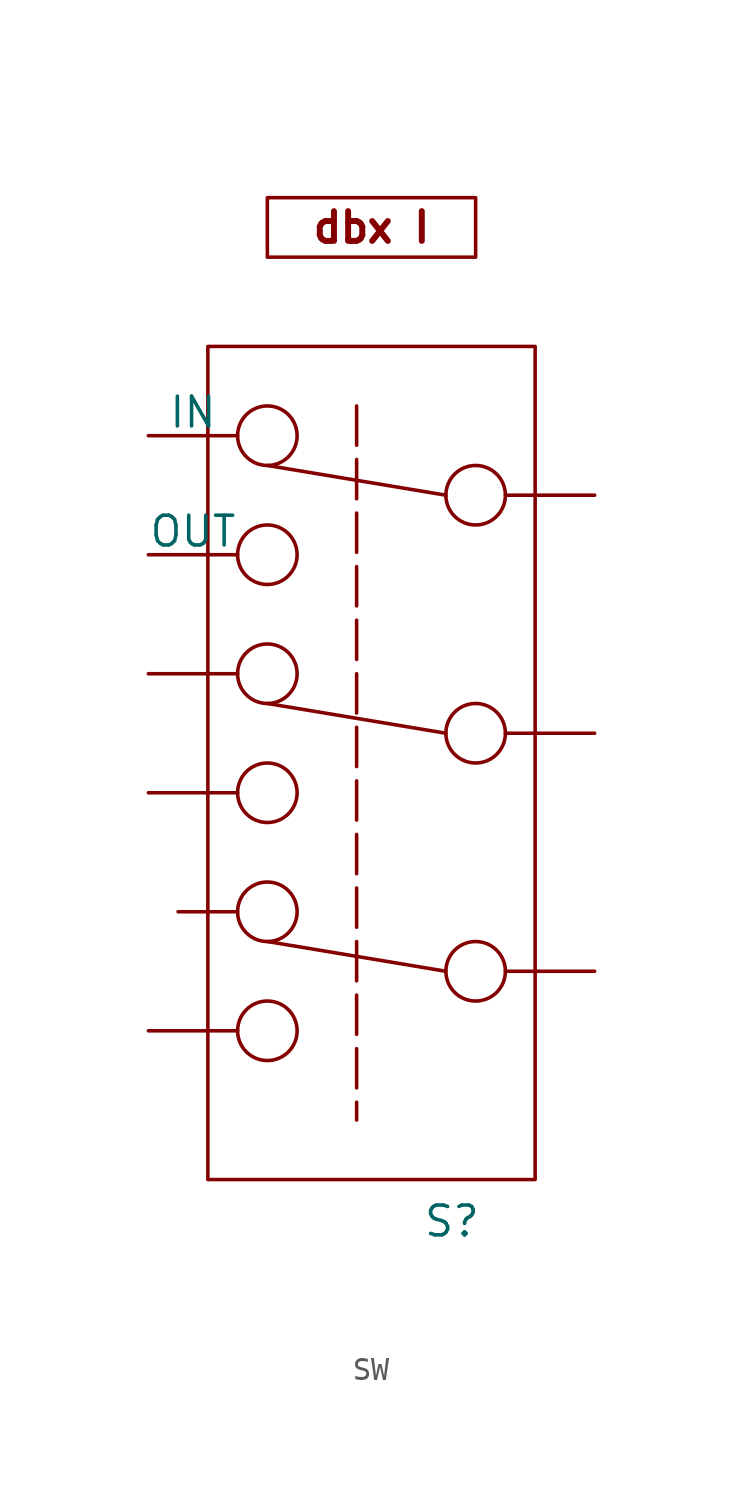
<source format=kicad_sym>
(kicad_symbol_lib
  (version 20241209)
  (generator "kicad_symbol_editor")
  (generator_version "9.0")
  (symbol "SW"
    (pin_numbers
      (hide yes))
    (pin_names
      (offset 0))
    (property "Reference" "S"
      (at 4.064 -11.938 0)
      (effects (font (size 1.27 1.27))))
    (property "Value" ""
      (at 0 0 0)
      (effects (font (size 1.27 1.27))))
    (symbol "SW_0_1"
      (circle (center -3.81 21.59) (radius 1.27) (stroke (width 0) (type default)) (fill (type none)))
      (circle (center -3.81 16.51) (radius 1.27) (stroke (width 0) (type default)) (fill (type none)))
      (circle (center -3.81 11.43) (radius 1.27) (stroke (width 0) (type default)) (fill (type none)))
      (circle (center -3.81 6.35) (radius 1.27) (stroke (width 0) (type default)) (fill (type none)))
      (circle (center -3.81 1.27) (radius 1.27) (stroke (width 0) (type default)) (fill (type none)))
      (circle (center -3.81 -3.81) (radius 1.27) (stroke (width 0) (type default)) (fill (type none)))
      (polyline (pts (xy 0 22.86) (xy 0 -7.62)) (stroke (width 0) (type dash)) (fill (type none)))
      (polyline (pts (xy 3.81 19.05) (xy -3.81 20.32)) (stroke (width 0) (type default)) (fill (type none)))
      (polyline (pts (xy 3.81 8.89) (xy -3.81 10.16)) (stroke (width 0) (type default)) (fill (type none)))
      (polyline (pts (xy 3.81 -1.27) (xy -3.81 0)) (stroke (width 0) (type default)) (fill (type none)))
      (circle (center 5.08 19.05) (radius 1.27) (stroke (width 0) (type default)) (fill (type none)))
      (circle (center 5.08 8.89) (radius 1.27) (stroke (width 0) (type default)) (fill (type none)))
      (circle (center 5.08 -1.27) (radius 1.27) (stroke (width 0) (type default)) (fill (type none)))
      (rectangle (start 7.62 25.4) (end -6.35 -10.16) (stroke (width 0) (type solid)) (fill (type none))))
    (symbol "SW_1_1"
      (text_box "dbx I" (at -3.81 31.75 0) (size 8.89 -2.54) (margins 1.016 1.016 1.016 1.016) (stroke (width 0) (type solid)) (fill (type none)) (effects (font (size 1.27 1.27) (thickness 0.254) (bold yes))))
      (pin passive line (at -8.89 21.59 0) (length 3.81) (name "IN" (effects (font (size 1.27 1.27)))) (number "1" (effects (font (size 1.27 1.27)))))
      (pin passive line (at -8.89 16.51 0) (length 3.81) (name "OUT" (effects (font (size 1.27 1.27)))) (number "3" (effects (font (size 1.27 1.27)))))
      (pin passive line (at -8.89 11.43 0) (length 3.81) (name "" (effects (font (size 1.27 1.27)))) (number "4" (effects (font (size 1.27 1.27)))))
      (pin passive line (at -8.89 6.35 0) (length 3.81) (name "" (effects (font (size 1.27 1.27)))) (number "6" (effects (font (size 1.27 1.27)))))
      (pin passive line (at -8.89 -3.81 0) (length 3.81) (name "" (effects (font (size 1.27 1.27)))) (number "9" (effects (font (size 1.27 1.27)))))
      (pin passive line (at -7.62 1.27 0) (length 2.54) (name "" (effects (font (size 1.27 1.27)))) (number "7" (effects (font (size 1.27 1.27)))))
      (pin passive line (at 10.16 19.05 180) (length 3.81) (name "" (effects (font (size 1.27 1.27)))) (number "2" (effects (font (size 1.27 1.27)))))
      (pin passive line (at 10.16 8.89 180) (length 3.81) (name "" (effects (font (size 1.27 1.27)))) (number "5" (effects (font (size 1.27 1.27)))))
      (pin passive line (at 10.16 -1.27 180) (length 3.81) (name "" (effects (font (size 1.27 1.27)))) (number "8" (effects (font (size 1.27 1.27))))))))
</source>
